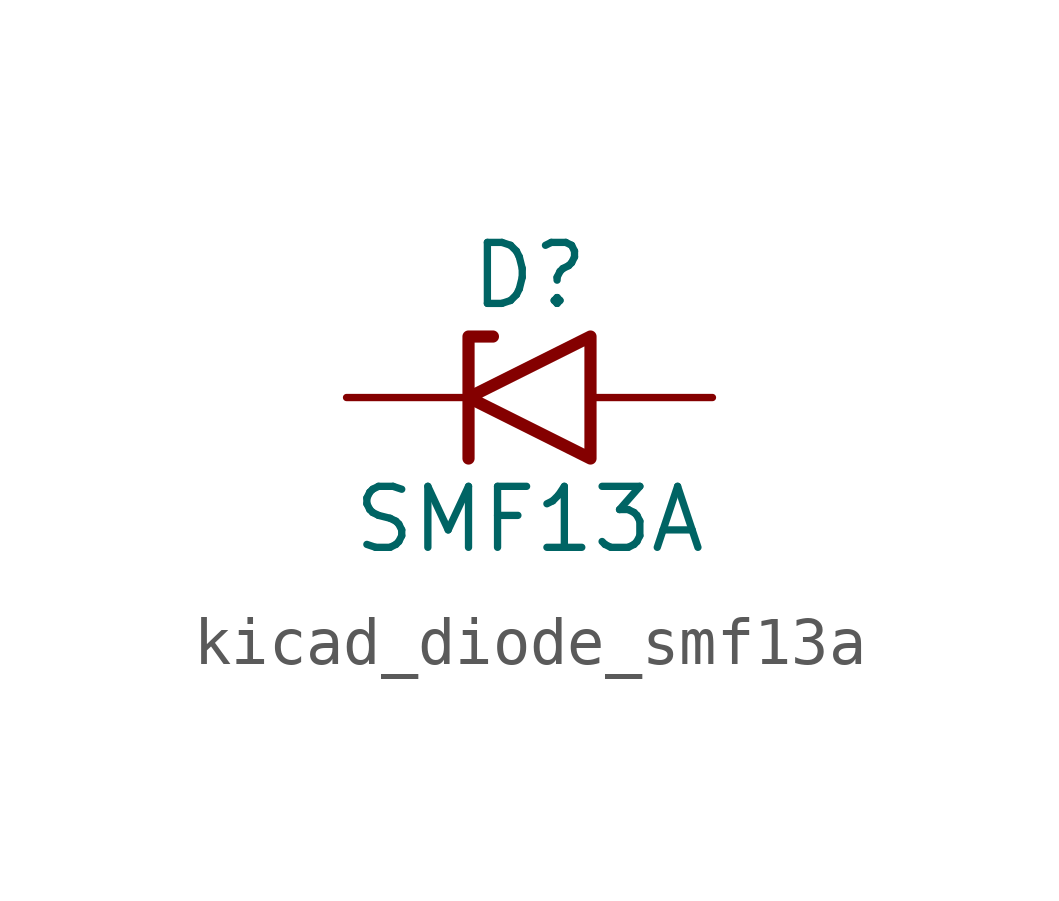
<source format=kicad_sym>
(kicad_symbol_lib
  (version 20220914)
  (generator kicad_symbol_editor)
  (symbol "kicad_diode_smf13a"
    (pin_numbers hide)
    (pin_names
      (offset 1.016) hide)
    (property "Reference" "D"
      (at 0 2.54 0)
      (effects (font (size 1.27 1.27))))
    (property "Value" "SMF13A"
      (at 0 -2.54 0)
      (effects (font (size 1.27 1.27))))
    (symbol "kicad_diode_smf13a_0_1"
      (polyline (pts (xy -0.762 1.27) (xy -1.27 1.27) (xy -1.27 -1.27)) (stroke (width 0.254) (type default)) (fill (type none)))
      (polyline (pts (xy 1.27 1.27) (xy 1.27 -1.27) (xy -1.27 0) (xy 1.27 1.27)) (stroke (width 0.254) (type default)) (fill (type none))))
    (symbol "kicad_diode_smf13a_1_1"
      (pin passive line (at -3.81 0 0) (length 2.54) (name "A1" (effects (font (size 1.27 1.27)))) (number "1" (effects (font (size 1.27 1.27)))))
      (pin passive line (at 3.81 0 180) (length 2.54) (name "A2" (effects (font (size 1.27 1.27)))) (number "2" (effects (font (size 1.27 1.27))))))))
</source>
